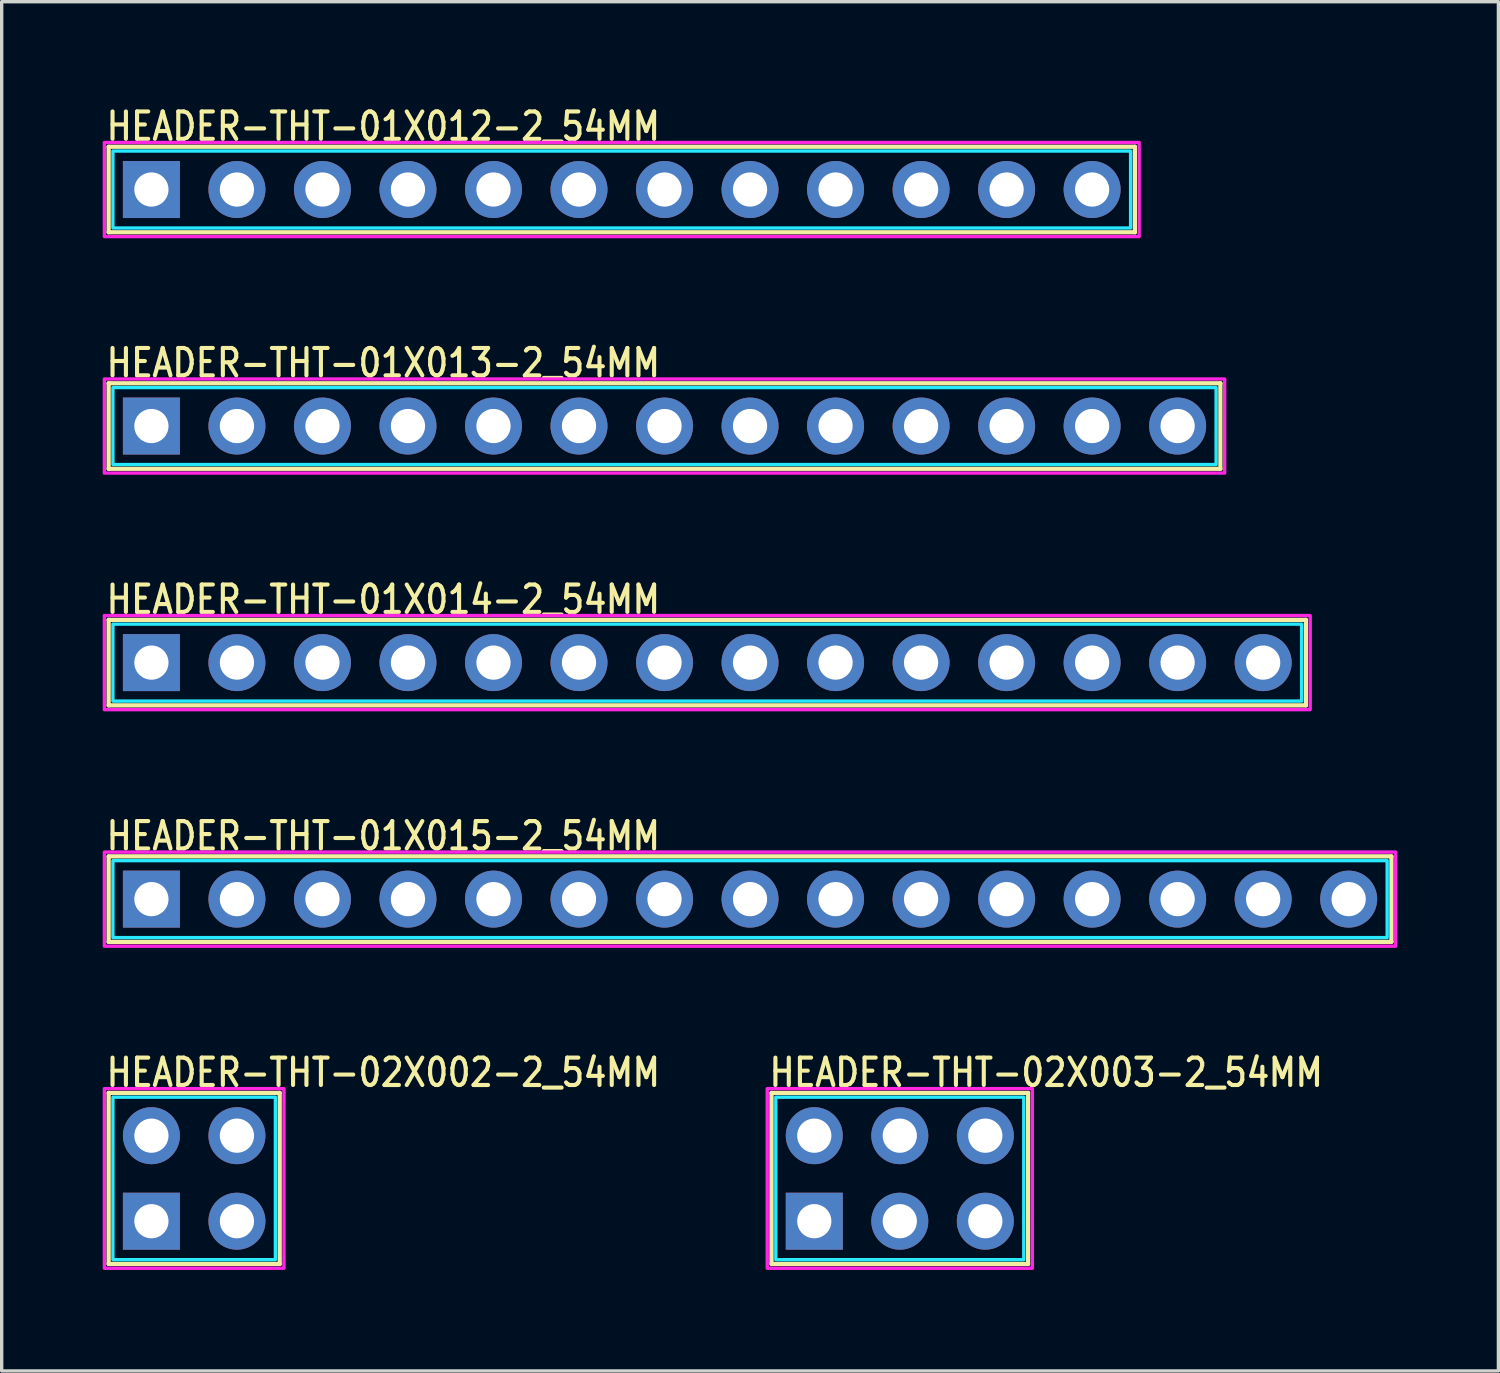
<source format=kicad_pcb>
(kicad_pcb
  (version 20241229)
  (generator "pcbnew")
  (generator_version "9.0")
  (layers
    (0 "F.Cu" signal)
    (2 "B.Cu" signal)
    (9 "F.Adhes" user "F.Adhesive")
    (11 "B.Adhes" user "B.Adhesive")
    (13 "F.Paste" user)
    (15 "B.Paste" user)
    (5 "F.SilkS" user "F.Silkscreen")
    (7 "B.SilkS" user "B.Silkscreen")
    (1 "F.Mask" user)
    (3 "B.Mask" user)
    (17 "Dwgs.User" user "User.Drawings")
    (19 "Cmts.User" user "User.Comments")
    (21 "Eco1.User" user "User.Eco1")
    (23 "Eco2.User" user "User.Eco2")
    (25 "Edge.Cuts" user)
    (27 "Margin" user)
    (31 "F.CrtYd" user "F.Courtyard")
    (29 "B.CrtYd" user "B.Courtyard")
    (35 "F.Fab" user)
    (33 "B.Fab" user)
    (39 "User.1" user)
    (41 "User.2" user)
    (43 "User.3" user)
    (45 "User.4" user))
  (footprint "HEADER-THT-01X014-2_54MM"
    (layer "F.Cu")
    (at 1.447 16.63)
    (property "Reference" "HEADER-THT-01X014-2_54MM" (at -1.4 -1.4 0) (unlocked yes) (layer "F.SilkS") (effects (font (size 0.813 0.695) (thickness 0.122)) (justify left bottom)))
    (fp_line (start -1.27 -1.27) (end -1.27 1.27) (stroke (width 0.127) (type solid)) (layer "F.SilkS"))
    (fp_line (start -1.27 1.27) (end 34.29 1.27) (stroke (width 0.127) (type solid)) (layer "F.SilkS"))
    (fp_line (start 34.29 -1.27) (end -1.27 -1.27) (stroke (width 0.127) (type solid)) (layer "F.SilkS"))
    (fp_line (start 34.29 1.27) (end 34.29 -1.27) (stroke (width 0.127) (type solid)) (layer "F.SilkS"))
    (fp_poly (pts (xy -1.143 -1.143) (xy 34.163 -1.143) (xy 34.163 1.143) (xy -1.143 1.143)) (stroke (width 0.1) (type solid)) (fill no) (layer "B.CrtYd"))
    (fp_poly (pts (xy -1.397 -1.397) (xy 34.417 -1.397) (xy 34.417 1.397) (xy -1.397 1.397)) (stroke (width 0.1) (type solid)) (fill no) (layer "F.CrtYd"))
    (pad "P$1" thru_hole rect (at 0 0) (size 1.693 1.693) (drill 1.016) (layers "*.Cu" "*.Mask"))
    (pad "P$2" thru_hole oval (at 2.54 0) (size 1.693 1.693) (drill 1.016) (layers "*.Cu" "*.Mask"))
    (pad "P$3" thru_hole oval (at 5.08 0) (size 1.693 1.693) (drill 1.016) (layers "*.Cu" "*.Mask"))
    (pad "P$4" thru_hole oval (at 7.62 0) (size 1.693 1.693) (drill 1.016) (layers "*.Cu" "*.Mask"))
    (pad "P$5" thru_hole oval (at 10.16 0) (size 1.693 1.693) (drill 1.016) (layers "*.Cu" "*.Mask"))
    (pad "P$6" thru_hole oval (at 12.7 0) (size 1.693 1.693) (drill 1.016) (layers "*.Cu" "*.Mask"))
    (pad "P$7" thru_hole oval (at 15.24 0) (size 1.693 1.693) (drill 1.016) (layers "*.Cu" "*.Mask"))
    (pad "P$8" thru_hole oval (at 17.78 0) (size 1.693 1.693) (drill 1.016) (layers "*.Cu" "*.Mask"))
    (pad "P$9" thru_hole oval (at 20.32 0) (size 1.693 1.693) (drill 1.016) (layers "*.Cu" "*.Mask"))
    (pad "P$10" thru_hole oval (at 22.86 0) (size 1.693 1.693) (drill 1.016) (layers "*.Cu" "*.Mask"))
    (pad "P$11" thru_hole oval (at 25.4 0) (size 1.693 1.693) (drill 1.016) (layers "*.Cu" "*.Mask"))
    (pad "P$12" thru_hole oval (at 27.94 0) (size 1.693 1.693) (drill 1.016) (layers "*.Cu" "*.Mask"))
    (pad "P$13" thru_hole oval (at 30.48 0) (size 1.693 1.693) (drill 1.016) (layers "*.Cu" "*.Mask"))
    (pad "P$14" thru_hole oval (at 33.02 0) (size 1.693 1.693) (drill 1.016) (layers "*.Cu" "*.Mask")))
  (footprint "HEADER-THT-01X013-2_54MM"
    (layer "F.Cu")
    (at 1.447 9.604)
    (property "Reference" "HEADER-THT-01X013-2_54MM" (at -1.4 -1.4 0) (unlocked yes) (layer "F.SilkS") (effects (font (size 0.813 0.695) (thickness 0.122)) (justify left bottom)))
    (fp_line (start -1.27 -1.27) (end -1.27 1.27) (stroke (width 0.127) (type solid)) (layer "F.SilkS"))
    (fp_line (start -1.27 1.27) (end 31.75 1.27) (stroke (width 0.127) (type solid)) (layer "F.SilkS"))
    (fp_line (start 31.75 -1.27) (end -1.27 -1.27) (stroke (width 0.127) (type solid)) (layer "F.SilkS"))
    (fp_line (start 31.75 1.27) (end 31.75 -1.27) (stroke (width 0.127) (type solid)) (layer "F.SilkS"))
    (fp_poly (pts (xy -1.143 -1.143) (xy 31.623 -1.143) (xy 31.623 1.143) (xy -1.143 1.143)) (stroke (width 0.1) (type solid)) (fill no) (layer "B.CrtYd"))
    (fp_poly (pts (xy -1.397 -1.397) (xy 31.877 -1.397) (xy 31.877 1.397) (xy -1.397 1.397)) (stroke (width 0.1) (type solid)) (fill no) (layer "F.CrtYd"))
    (pad "P$1" thru_hole rect (at 0 0) (size 1.693 1.693) (drill 1.016) (layers "*.Cu" "*.Mask"))
    (pad "P$2" thru_hole oval (at 2.54 0) (size 1.693 1.693) (drill 1.016) (layers "*.Cu" "*.Mask"))
    (pad "P$3" thru_hole oval (at 5.08 0) (size 1.693 1.693) (drill 1.016) (layers "*.Cu" "*.Mask"))
    (pad "P$4" thru_hole oval (at 7.62 0) (size 1.693 1.693) (drill 1.016) (layers "*.Cu" "*.Mask"))
    (pad "P$5" thru_hole oval (at 10.16 0) (size 1.693 1.693) (drill 1.016) (layers "*.Cu" "*.Mask"))
    (pad "P$6" thru_hole oval (at 12.7 0) (size 1.693 1.693) (drill 1.016) (layers "*.Cu" "*.Mask"))
    (pad "P$7" thru_hole oval (at 15.24 0) (size 1.693 1.693) (drill 1.016) (layers "*.Cu" "*.Mask"))
    (pad "P$8" thru_hole oval (at 17.78 0) (size 1.693 1.693) (drill 1.016) (layers "*.Cu" "*.Mask"))
    (pad "P$9" thru_hole oval (at 20.32 0) (size 1.693 1.693) (drill 1.016) (layers "*.Cu" "*.Mask"))
    (pad "P$10" thru_hole oval (at 22.86 0) (size 1.693 1.693) (drill 1.016) (layers "*.Cu" "*.Mask"))
    (pad "P$11" thru_hole oval (at 25.4 0) (size 1.693 1.693) (drill 1.016) (layers "*.Cu" "*.Mask"))
    (pad "P$12" thru_hole oval (at 27.94 0) (size 1.693 1.693) (drill 1.016) (layers "*.Cu" "*.Mask"))
    (pad "P$13" thru_hole oval (at 30.48 0) (size 1.693 1.693) (drill 1.016) (layers "*.Cu" "*.Mask")))
  (footprint "HEADER-THT-01X015-2_54MM"
    (layer "F.Cu")
    (at 1.447 23.655)
    (property "Reference" "HEADER-THT-01X015-2_54MM" (at -1.4 -1.4 0) (unlocked yes) (layer "F.SilkS") (effects (font (size 0.813 0.695) (thickness 0.122)) (justify left bottom)))
    (fp_line (start -1.27 -1.27) (end -1.27 1.27) (stroke (width 0.127) (type solid)) (layer "F.SilkS"))
    (fp_line (start -1.27 1.27) (end 36.83 1.27) (stroke (width 0.127) (type solid)) (layer "F.SilkS"))
    (fp_line (start 36.83 -1.27) (end -1.27 -1.27) (stroke (width 0.127) (type solid)) (layer "F.SilkS"))
    (fp_line (start 36.83 1.27) (end 36.83 -1.27) (stroke (width 0.127) (type solid)) (layer "F.SilkS"))
    (fp_poly (pts (xy -1.143 -1.143) (xy 36.703 -1.143) (xy 36.703 1.143) (xy -1.143 1.143)) (stroke (width 0.1) (type solid)) (fill no) (layer "B.CrtYd"))
    (fp_poly (pts (xy -1.397 -1.397) (xy 36.957 -1.397) (xy 36.957 1.397) (xy -1.397 1.397)) (stroke (width 0.1) (type solid)) (fill no) (layer "F.CrtYd"))
    (pad "P$1" thru_hole rect (at 0 0) (size 1.693 1.693) (drill 1.016) (layers "*.Cu" "*.Mask"))
    (pad "P$2" thru_hole oval (at 2.54 0) (size 1.693 1.693) (drill 1.016) (layers "*.Cu" "*.Mask"))
    (pad "P$3" thru_hole oval (at 5.08 0) (size 1.693 1.693) (drill 1.016) (layers "*.Cu" "*.Mask"))
    (pad "P$4" thru_hole oval (at 7.62 0) (size 1.693 1.693) (drill 1.016) (layers "*.Cu" "*.Mask"))
    (pad "P$5" thru_hole oval (at 10.16 0) (size 1.693 1.693) (drill 1.016) (layers "*.Cu" "*.Mask"))
    (pad "P$6" thru_hole oval (at 12.7 0) (size 1.693 1.693) (drill 1.016) (layers "*.Cu" "*.Mask"))
    (pad "P$7" thru_hole oval (at 15.24 0) (size 1.693 1.693) (drill 1.016) (layers "*.Cu" "*.Mask"))
    (pad "P$8" thru_hole oval (at 17.78 0) (size 1.693 1.693) (drill 1.016) (layers "*.Cu" "*.Mask"))
    (pad "P$9" thru_hole oval (at 20.32 0) (size 1.693 1.693) (drill 1.016) (layers "*.Cu" "*.Mask"))
    (pad "P$10" thru_hole oval (at 22.86 0) (size 1.693 1.693) (drill 1.016) (layers "*.Cu" "*.Mask"))
    (pad "P$11" thru_hole oval (at 25.4 0) (size 1.693 1.693) (drill 1.016) (layers "*.Cu" "*.Mask"))
    (pad "P$12" thru_hole oval (at 27.94 0) (size 1.693 1.693) (drill 1.016) (layers "*.Cu" "*.Mask"))
    (pad "P$13" thru_hole oval (at 30.48 0) (size 1.693 1.693) (drill 1.016) (layers "*.Cu" "*.Mask"))
    (pad "P$14" thru_hole oval (at 33.02 0) (size 1.693 1.693) (drill 1.016) (layers "*.Cu" "*.Mask"))
    (pad "P$15" thru_hole oval (at 35.56 0) (size 1.693 1.693) (drill 1.016) (layers "*.Cu" "*.Mask")))
  (footprint "HEADER-THT-01X012-2_54MM"
    (layer "F.Cu")
    (at 1.447 2.579)
    (property "Reference" "HEADER-THT-01X012-2_54MM" (at -1.4 -1.4 0) (unlocked yes) (layer "F.SilkS") (effects (font (size 0.813 0.695) (thickness 0.122)) (justify left bottom)))
    (fp_line (start -1.27 -1.27) (end -1.27 1.27) (stroke (width 0.127) (type solid)) (layer "F.SilkS"))
    (fp_line (start -1.27 1.27) (end 29.21 1.27) (stroke (width 0.127) (type solid)) (layer "F.SilkS"))
    (fp_line (start 29.21 -1.27) (end -1.27 -1.27) (stroke (width 0.127) (type solid)) (layer "F.SilkS"))
    (fp_line (start 29.21 1.27) (end 29.21 -1.27) (stroke (width 0.127) (type solid)) (layer "F.SilkS"))
    (fp_poly (pts (xy -1.143 -1.143) (xy 29.083 -1.143) (xy 29.083 1.143) (xy -1.143 1.143)) (stroke (width 0.1) (type solid)) (fill no) (layer "B.CrtYd"))
    (fp_poly (pts (xy -1.397 -1.397) (xy 29.337 -1.397) (xy 29.337 1.397) (xy -1.397 1.397)) (stroke (width 0.1) (type solid)) (fill no) (layer "F.CrtYd"))
    (pad "P$1" thru_hole rect (at 0 0) (size 1.693 1.693) (drill 1.016) (layers "*.Cu" "*.Mask"))
    (pad "P$2" thru_hole oval (at 2.54 0) (size 1.693 1.693) (drill 1.016) (layers "*.Cu" "*.Mask"))
    (pad "P$3" thru_hole oval (at 5.08 0) (size 1.693 1.693) (drill 1.016) (layers "*.Cu" "*.Mask"))
    (pad "P$4" thru_hole oval (at 7.62 0) (size 1.693 1.693) (drill 1.016) (layers "*.Cu" "*.Mask"))
    (pad "P$5" thru_hole oval (at 10.16 0) (size 1.693 1.693) (drill 1.016) (layers "*.Cu" "*.Mask"))
    (pad "P$6" thru_hole oval (at 12.7 0) (size 1.693 1.693) (drill 1.016) (layers "*.Cu" "*.Mask"))
    (pad "P$7" thru_hole oval (at 15.24 0) (size 1.693 1.693) (drill 1.016) (layers "*.Cu" "*.Mask"))
    (pad "P$8" thru_hole oval (at 17.78 0) (size 1.693 1.693) (drill 1.016) (layers "*.Cu" "*.Mask"))
    (pad "P$9" thru_hole oval (at 20.32 0) (size 1.693 1.693) (drill 1.016) (layers "*.Cu" "*.Mask"))
    (pad "P$10" thru_hole oval (at 22.86 0) (size 1.693 1.693) (drill 1.016) (layers "*.Cu" "*.Mask"))
    (pad "P$11" thru_hole oval (at 25.4 0) (size 1.693 1.693) (drill 1.016) (layers "*.Cu" "*.Mask"))
    (pad "P$12" thru_hole oval (at 27.94 0) (size 1.693 1.693) (drill 1.016) (layers "*.Cu" "*.Mask")))
  (footprint "HEADER-THT-02X003-2_54MM"
    (layer "F.Cu")
    (at 21.135 33.221)
    (property "Reference" "HEADER-THT-02X003-2_54MM" (at -1.4 -3.94 0) (unlocked yes) (layer "F.SilkS") (effects (font (size 0.813 0.695) (thickness 0.122)) (justify left bottom)))
    (fp_line (start -1.27 -3.81) (end -1.27 1.27) (stroke (width 0.127) (type solid)) (layer "F.SilkS"))
    (fp_line (start -1.27 1.27) (end 6.35 1.27) (stroke (width 0.127) (type solid)) (layer "F.SilkS"))
    (fp_line (start 6.35 -3.81) (end -1.27 -3.81) (stroke (width 0.127) (type solid)) (layer "F.SilkS"))
    (fp_line (start 6.35 1.27) (end 6.35 -3.81) (stroke (width 0.127) (type solid)) (layer "F.SilkS"))
    (fp_poly (pts (xy -1.143 -3.683) (xy 6.223 -3.683) (xy 6.223 1.143) (xy -1.143 1.143)) (stroke (width 0.1) (type solid)) (fill no) (layer "B.CrtYd"))
    (fp_poly (pts (xy -1.397 -3.937) (xy 6.477 -3.937) (xy 6.477 1.397) (xy -1.397 1.397)) (stroke (width 0.1) (type solid)) (fill no) (layer "F.CrtYd"))
    (pad "P$1" thru_hole rect (at 0 0) (size 1.693 1.693) (drill 1.016) (layers "*.Cu" "*.Mask"))
    (pad "P$2" thru_hole oval (at 0 -2.54) (size 1.693 1.693) (drill 1.016) (layers "*.Cu" "*.Mask"))
    (pad "P$3" thru_hole oval (at 2.54 0) (size 1.693 1.693) (drill 1.016) (layers "*.Cu" "*.Mask"))
    (pad "P$4" thru_hole oval (at 2.54 -2.54) (size 1.693 1.693) (drill 1.016) (layers "*.Cu" "*.Mask"))
    (pad "P$5" thru_hole oval (at 5.08 0) (size 1.693 1.693) (drill 1.016) (layers "*.Cu" "*.Mask"))
    (pad "P$6" thru_hole oval (at 5.08 -2.54) (size 1.693 1.693) (drill 1.016) (layers "*.Cu" "*.Mask")))
  (footprint "HEADER-THT-02X002-2_54MM"
    (layer "F.Cu")
    (at 1.447 33.221)
    (property "Reference" "HEADER-THT-02X002-2_54MM" (at -1.4 -3.94 0) (unlocked yes) (layer "F.SilkS") (effects (font (size 0.813 0.695) (thickness 0.122)) (justify left bottom)))
    (fp_line (start -1.27 -3.81) (end -1.27 1.27) (stroke (width 0.127) (type solid)) (layer "F.SilkS"))
    (fp_line (start -1.27 1.27) (end 3.81 1.27) (stroke (width 0.127) (type solid)) (layer "F.SilkS"))
    (fp_line (start 3.81 -3.81) (end -1.27 -3.81) (stroke (width 0.127) (type solid)) (layer "F.SilkS"))
    (fp_line (start 3.81 1.27) (end 3.81 -3.81) (stroke (width 0.127) (type solid)) (layer "F.SilkS"))
    (fp_poly (pts (xy -1.143 -3.683) (xy 3.683 -3.683) (xy 3.683 1.143) (xy -1.143 1.143)) (stroke (width 0.1) (type solid)) (fill no) (layer "B.CrtYd"))
    (fp_poly (pts (xy -1.397 -3.937) (xy 3.937 -3.937) (xy 3.937 1.397) (xy -1.397 1.397)) (stroke (width 0.1) (type solid)) (fill no) (layer "F.CrtYd"))
    (pad "P$1" thru_hole rect (at 0 0) (size 1.693 1.693) (drill 1.016) (layers "*.Cu" "*.Mask"))
    (pad "P$2" thru_hole oval (at 0 -2.54) (size 1.693 1.693) (drill 1.016) (layers "*.Cu" "*.Mask"))
    (pad "P$3" thru_hole oval (at 2.54 0) (size 1.693 1.693) (drill 1.016) (layers "*.Cu" "*.Mask"))
    (pad "P$4" thru_hole oval (at 2.54 -2.54) (size 1.693 1.693) (drill 1.016) (layers "*.Cu" "*.Mask")))
  (gr_rect
    (start -3 -3)
    (end 41.454 37.668)
    (stroke (width 0.1) (type default))
    (fill no)
    (layer "Edge.Cuts")))
</source>
